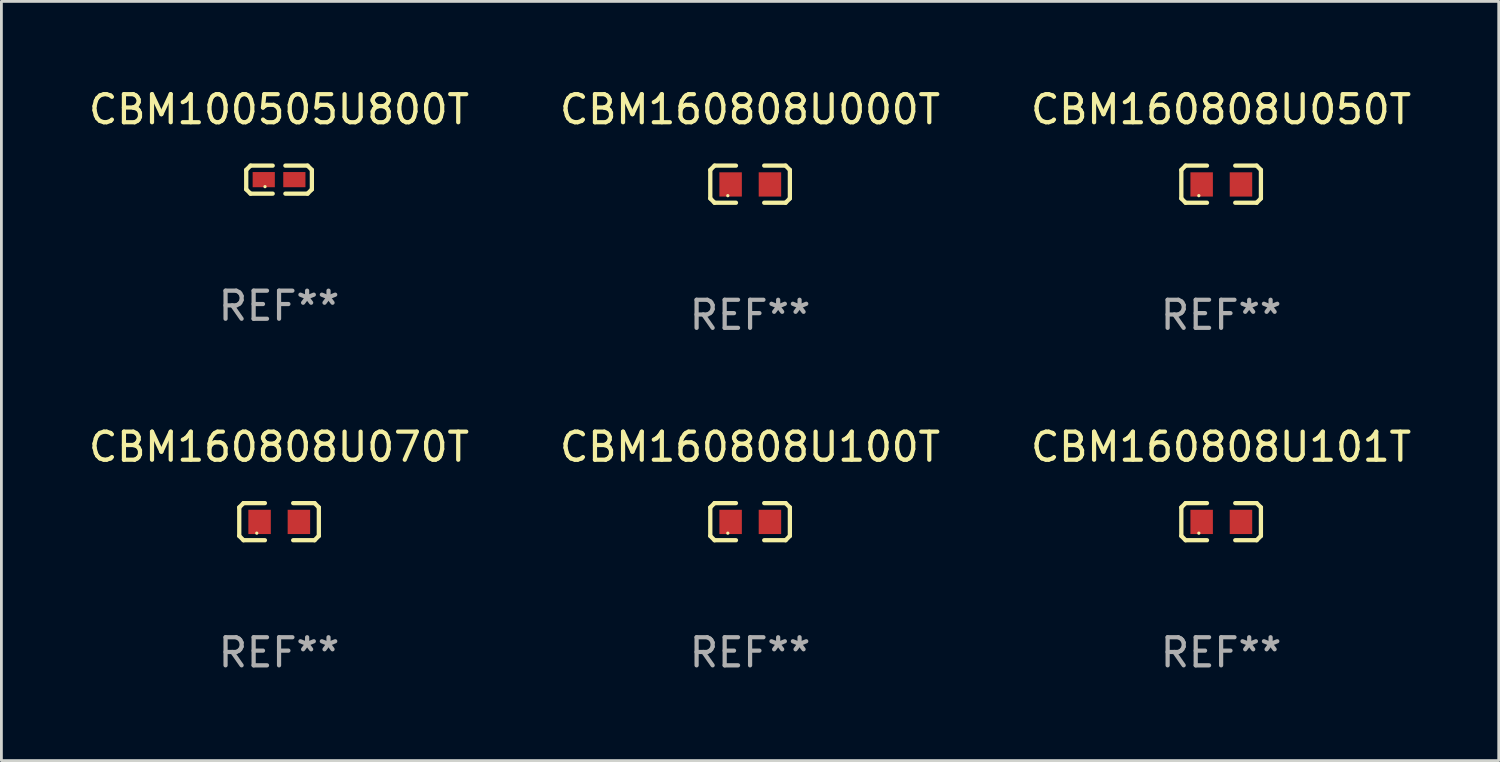
<source format=kicad_pcb>
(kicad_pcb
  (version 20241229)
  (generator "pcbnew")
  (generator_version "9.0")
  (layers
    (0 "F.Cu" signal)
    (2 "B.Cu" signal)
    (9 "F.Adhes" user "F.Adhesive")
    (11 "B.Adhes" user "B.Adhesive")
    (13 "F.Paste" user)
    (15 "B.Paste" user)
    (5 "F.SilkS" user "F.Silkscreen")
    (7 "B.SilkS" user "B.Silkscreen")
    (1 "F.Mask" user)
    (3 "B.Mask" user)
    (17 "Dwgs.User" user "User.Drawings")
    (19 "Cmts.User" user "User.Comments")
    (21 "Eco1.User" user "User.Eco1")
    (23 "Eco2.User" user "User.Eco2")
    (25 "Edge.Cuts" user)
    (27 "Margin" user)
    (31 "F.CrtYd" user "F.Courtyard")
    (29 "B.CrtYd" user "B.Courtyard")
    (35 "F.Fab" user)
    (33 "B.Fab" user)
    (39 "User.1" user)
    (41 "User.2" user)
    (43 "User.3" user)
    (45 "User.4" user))
  (footprint "CBM160808U050T"
    (layer "F.Cu")
    (at 40.435 3.509)
    (property "Reference" "CBM160808U050T" (at 0 -2.661 0) (layer "F.SilkS") (effects (font (size 1 1) (thickness 0.15))))
    (attr through_hole)
    (fp_line (start -1.417 -0.508) (end -1.265 -0.661) (stroke (width 0.152) (type solid)) (layer "F.SilkS"))
    (fp_line (start -1.417 0.508) (end -1.417 -0.508) (stroke (width 0.152) (type solid)) (layer "F.SilkS"))
    (fp_line (start -1.265 -0.661) (end -0.503 -0.661) (stroke (width 0.152) (type solid)) (layer "F.SilkS"))
    (fp_line (start -1.265 0.661) (end -1.417 0.508) (stroke (width 0.152) (type solid)) (layer "F.SilkS"))
    (fp_line (start -1.265 0.661) (end -0.503 0.661) (stroke (width 0.152) (type solid)) (layer "F.SilkS"))
    (fp_line (start 1.265 -0.661) (end 0.503 -0.661) (stroke (width 0.152) (type solid)) (layer "F.SilkS"))
    (fp_line (start 1.265 -0.661) (end 1.417 -0.508) (stroke (width 0.152) (type solid)) (layer "F.SilkS"))
    (fp_line (start 1.265 0.661) (end 0.503 0.661) (stroke (width 0.152) (type solid)) (layer "F.SilkS"))
    (fp_line (start 1.417 -0.508) (end 1.417 0.508) (stroke (width 0.152) (type solid)) (layer "F.SilkS"))
    (fp_line (start 1.417 0.508) (end 1.265 0.661) (stroke (width 0.152) (type solid)) (layer "F.SilkS"))
    (fp_circle (center -0.793 0.409) (end -0.763 0.409) (stroke (width 0.06) (type solid)) (fill no) (layer "F.SilkS"))
    (fp_text user "REF**" (at 0 4.661 0) (layer "F.Fab") (effects (font (size 1 1) (thickness 0.15))))
    (pad "1" smd rect (at -0.693 0.009 180) (size 0.8 0.864) (layers "F.Cu" "F.Mask" "F.Paste"))
    (pad "2" smd rect (at 0.707 0.009 180) (size 0.8 0.864) (layers "F.Cu" "F.Mask" "F.Paste")))
  (footprint "CBM160808U101T"
    (layer "F.Cu")
    (at 40.435 15.527)
    (property "Reference" "CBM160808U101T" (at 0 -2.661 0) (layer "F.SilkS") (effects (font (size 1 1) (thickness 0.15))))
    (attr through_hole)
    (fp_line (start -1.417 -0.508) (end -1.265 -0.661) (stroke (width 0.152) (type solid)) (layer "F.SilkS"))
    (fp_line (start -1.417 0.508) (end -1.417 -0.508) (stroke (width 0.152) (type solid)) (layer "F.SilkS"))
    (fp_line (start -1.265 -0.661) (end -0.503 -0.661) (stroke (width 0.152) (type solid)) (layer "F.SilkS"))
    (fp_line (start -1.265 0.661) (end -1.417 0.508) (stroke (width 0.152) (type solid)) (layer "F.SilkS"))
    (fp_line (start -1.265 0.661) (end -0.503 0.661) (stroke (width 0.152) (type solid)) (layer "F.SilkS"))
    (fp_line (start 1.265 -0.661) (end 0.503 -0.661) (stroke (width 0.152) (type solid)) (layer "F.SilkS"))
    (fp_line (start 1.265 -0.661) (end 1.417 -0.508) (stroke (width 0.152) (type solid)) (layer "F.SilkS"))
    (fp_line (start 1.265 0.661) (end 0.503 0.661) (stroke (width 0.152) (type solid)) (layer "F.SilkS"))
    (fp_line (start 1.417 -0.508) (end 1.417 0.508) (stroke (width 0.152) (type solid)) (layer "F.SilkS"))
    (fp_line (start 1.417 0.508) (end 1.265 0.661) (stroke (width 0.152) (type solid)) (layer "F.SilkS"))
    (fp_circle (center -0.793 0.409) (end -0.763 0.409) (stroke (width 0.06) (type solid)) (fill no) (layer "F.SilkS"))
    (fp_text user "REF**" (at 0 4.661 0) (layer "F.Fab") (effects (font (size 1 1) (thickness 0.15))))
    (pad "1" smd rect (at -0.693 0.009 180) (size 0.8 0.864) (layers "F.Cu" "F.Mask" "F.Paste"))
    (pad "2" smd rect (at 0.707 0.009 180) (size 0.8 0.864) (layers "F.Cu" "F.Mask" "F.Paste")))
  (footprint "CBM160808U100T"
    (layer "F.Cu")
    (at 23.661 15.527)
    (property "Reference" "CBM160808U100T" (at 0 -2.661 0) (layer "F.SilkS") (effects (font (size 1 1) (thickness 0.15))))
    (attr through_hole)
    (fp_line (start -1.417 -0.508) (end -1.265 -0.661) (stroke (width 0.152) (type solid)) (layer "F.SilkS"))
    (fp_line (start -1.417 0.508) (end -1.417 -0.508) (stroke (width 0.152) (type solid)) (layer "F.SilkS"))
    (fp_line (start -1.265 -0.661) (end -0.503 -0.661) (stroke (width 0.152) (type solid)) (layer "F.SilkS"))
    (fp_line (start -1.265 0.661) (end -1.417 0.508) (stroke (width 0.152) (type solid)) (layer "F.SilkS"))
    (fp_line (start -1.265 0.661) (end -0.503 0.661) (stroke (width 0.152) (type solid)) (layer "F.SilkS"))
    (fp_line (start 1.265 -0.661) (end 0.503 -0.661) (stroke (width 0.152) (type solid)) (layer "F.SilkS"))
    (fp_line (start 1.265 -0.661) (end 1.417 -0.508) (stroke (width 0.152) (type solid)) (layer "F.SilkS"))
    (fp_line (start 1.265 0.661) (end 0.503 0.661) (stroke (width 0.152) (type solid)) (layer "F.SilkS"))
    (fp_line (start 1.417 -0.508) (end 1.417 0.508) (stroke (width 0.152) (type solid)) (layer "F.SilkS"))
    (fp_line (start 1.417 0.508) (end 1.265 0.661) (stroke (width 0.152) (type solid)) (layer "F.SilkS"))
    (fp_circle (center -0.793 0.409) (end -0.763 0.409) (stroke (width 0.06) (type solid)) (fill no) (layer "F.SilkS"))
    (fp_text user "REF**" (at 0 4.661 0) (layer "F.Fab") (effects (font (size 1 1) (thickness 0.15))))
    (pad "1" smd rect (at -0.693 0.009 180) (size 0.8 0.864) (layers "F.Cu" "F.Mask" "F.Paste"))
    (pad "2" smd rect (at 0.707 0.009 180) (size 0.8 0.864) (layers "F.Cu" "F.Mask" "F.Paste")))
  (footprint "CBM160808U000T"
    (layer "F.Cu")
    (at 23.661 3.509)
    (property "Reference" "CBM160808U000T" (at 0 -2.661 0) (layer "F.SilkS") (effects (font (size 1 1) (thickness 0.15))))
    (attr through_hole)
    (fp_line (start -1.417 -0.508) (end -1.265 -0.661) (stroke (width 0.152) (type solid)) (layer "F.SilkS"))
    (fp_line (start -1.417 0.508) (end -1.417 -0.508) (stroke (width 0.152) (type solid)) (layer "F.SilkS"))
    (fp_line (start -1.265 -0.661) (end -0.503 -0.661) (stroke (width 0.152) (type solid)) (layer "F.SilkS"))
    (fp_line (start -1.265 0.661) (end -1.417 0.508) (stroke (width 0.152) (type solid)) (layer "F.SilkS"))
    (fp_line (start -1.265 0.661) (end -0.503 0.661) (stroke (width 0.152) (type solid)) (layer "F.SilkS"))
    (fp_line (start 1.265 -0.661) (end 0.503 -0.661) (stroke (width 0.152) (type solid)) (layer "F.SilkS"))
    (fp_line (start 1.265 -0.661) (end 1.417 -0.508) (stroke (width 0.152) (type solid)) (layer "F.SilkS"))
    (fp_line (start 1.265 0.661) (end 0.503 0.661) (stroke (width 0.152) (type solid)) (layer "F.SilkS"))
    (fp_line (start 1.417 -0.508) (end 1.417 0.508) (stroke (width 0.152) (type solid)) (layer "F.SilkS"))
    (fp_line (start 1.417 0.508) (end 1.265 0.661) (stroke (width 0.152) (type solid)) (layer "F.SilkS"))
    (fp_circle (center -0.793 0.409) (end -0.763 0.409) (stroke (width 0.06) (type solid)) (fill no) (layer "F.SilkS"))
    (fp_text user "REF**" (at 0 4.661 0) (layer "F.Fab") (effects (font (size 1 1) (thickness 0.15))))
    (pad "1" smd rect (at -0.693 0.009 180) (size 0.8 0.864) (layers "F.Cu" "F.Mask" "F.Paste"))
    (pad "2" smd rect (at 0.707 0.009 180) (size 0.8 0.864) (layers "F.Cu" "F.Mask" "F.Paste")))
  (footprint "CBM100505U800T"
    (layer "F.Cu")
    (at 6.887 3.347)
    (property "Reference" "CBM100505U800T" (at 0 -2.499 0) (layer "F.SilkS") (effects (font (size 1 1) (thickness 0.15))))
    (attr through_hole)
    (fp_line (start -1.169 -0.346) (end -1.016 -0.499) (stroke (width 0.152) (type solid)) (layer "F.SilkS"))
    (fp_line (start -1.169 0.346) (end -1.169 -0.346) (stroke (width 0.152) (type solid)) (layer "F.SilkS"))
    (fp_line (start -1.016 -0.499) (end -0.226 -0.499) (stroke (width 0.152) (type solid)) (layer "F.SilkS"))
    (fp_line (start -1.016 0.499) (end -1.169 0.346) (stroke (width 0.152) (type solid)) (layer "F.SilkS"))
    (fp_line (start -0.226 0.499) (end -1.016 0.499) (stroke (width 0.152) (type solid)) (layer "F.SilkS"))
    (fp_line (start 0.226 0.499) (end 1.016 0.499) (stroke (width 0.152) (type solid)) (layer "F.SilkS"))
    (fp_line (start 1.016 -0.499) (end 0.226 -0.499) (stroke (width 0.152) (type solid)) (layer "F.SilkS"))
    (fp_line (start 1.016 0.499) (end 1.169 0.346) (stroke (width 0.152) (type solid)) (layer "F.SilkS"))
    (fp_line (start 1.169 -0.346) (end 1.016 -0.499) (stroke (width 0.152) (type solid)) (layer "F.SilkS"))
    (fp_line (start 1.169 0.346) (end 1.169 -0.346) (stroke (width 0.152) (type solid)) (layer "F.SilkS"))
    (fp_circle (center -0.5 0.25) (end -0.47 0.25) (stroke (width 0.06) (type solid)) (fill no) (layer "F.SilkS"))
    (fp_text user "REF**" (at 0 4.499 0) (layer "F.Fab") (effects (font (size 1 1) (thickness 0.15))))
    (pad "1" smd rect (at -0.545 0) (size 0.79 0.54) (layers "F.Cu" "F.Mask" "F.Paste"))
    (pad "2" smd rect (at 0.545 0) (size 0.79 0.54) (layers "F.Cu" "F.Mask" "F.Paste")))
  (footprint "CBM160808U070T"
    (layer "F.Cu")
    (at 6.887 15.527)
    (property "Reference" "CBM160808U070T" (at 0 -2.661 0) (layer "F.SilkS") (effects (font (size 1 1) (thickness 0.15))))
    (attr through_hole)
    (fp_line (start -1.417 -0.508) (end -1.265 -0.661) (stroke (width 0.152) (type solid)) (layer "F.SilkS"))
    (fp_line (start -1.417 0.508) (end -1.417 -0.508) (stroke (width 0.152) (type solid)) (layer "F.SilkS"))
    (fp_line (start -1.265 -0.661) (end -0.503 -0.661) (stroke (width 0.152) (type solid)) (layer "F.SilkS"))
    (fp_line (start -1.265 0.661) (end -1.417 0.508) (stroke (width 0.152) (type solid)) (layer "F.SilkS"))
    (fp_line (start -1.265 0.661) (end -0.503 0.661) (stroke (width 0.152) (type solid)) (layer "F.SilkS"))
    (fp_line (start 1.265 -0.661) (end 0.503 -0.661) (stroke (width 0.152) (type solid)) (layer "F.SilkS"))
    (fp_line (start 1.265 -0.661) (end 1.417 -0.508) (stroke (width 0.152) (type solid)) (layer "F.SilkS"))
    (fp_line (start 1.265 0.661) (end 0.503 0.661) (stroke (width 0.152) (type solid)) (layer "F.SilkS"))
    (fp_line (start 1.417 -0.508) (end 1.417 0.508) (stroke (width 0.152) (type solid)) (layer "F.SilkS"))
    (fp_line (start 1.417 0.508) (end 1.265 0.661) (stroke (width 0.152) (type solid)) (layer "F.SilkS"))
    (fp_circle (center -0.793 0.409) (end -0.763 0.409) (stroke (width 0.06) (type solid)) (fill no) (layer "F.SilkS"))
    (fp_text user "REF**" (at 0 4.661 0) (layer "F.Fab") (effects (font (size 1 1) (thickness 0.15))))
    (pad "1" smd rect (at -0.693 0.009 180) (size 0.8 0.864) (layers "F.Cu" "F.Mask" "F.Paste"))
    (pad "2" smd rect (at 0.707 0.009 180) (size 0.8 0.864) (layers "F.Cu" "F.Mask" "F.Paste")))
  (gr_rect
    (start -3 -3)
    (end 50.321 24.035)
    (stroke (width 0.1) (type default))
    (fill no)
    (layer "Edge.Cuts")))
</source>
